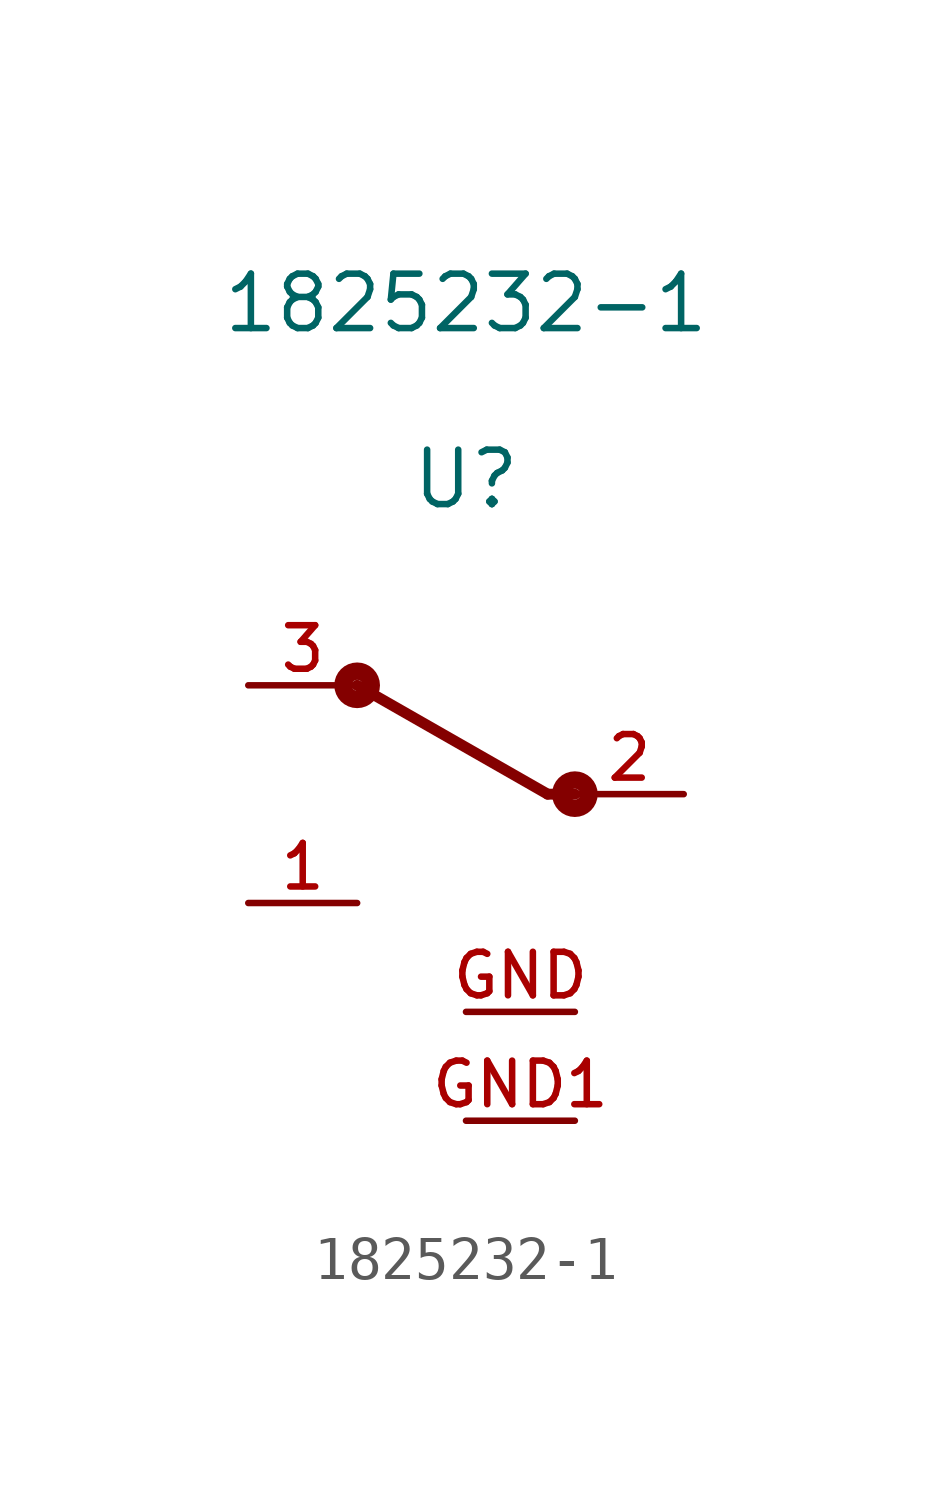
<source format=kicad_sym>
(kicad_symbol_lib
  (version 20211014)
  (generator kicad_symbol_editor)
  (symbol "1825232-1"
    (pin_names
      (offset 1.016))
    (property "Reference" "U"
      (at 0 1.525 0)
      (effects (font (size 1.27 1.27)) (justify bottom)))
    (property "Value" "1825232-1"
      (at 0 7.118 0)
      (effects (font (size 1.27 1.27)) (justify top)))
    (symbol "1825232-1_0_0"
      (circle (center -2.54 -2.54) (radius 0.127) (stroke (width 0.406) (type default) (color 0 0 0 0)) (fill (type none)))
      (polyline (pts (xy -2.54 -2.54) (xy 1.905 -5.08)) (stroke (width 0.254) (type default) (color 0 0 0 0)) (fill (type none)))
      (polyline (pts (xy 1.905 -5.08) (xy 2.54 -5.08)) (stroke (width 0.254) (type default) (color 0 0 0 0)) (fill (type none)))
      (circle (center 2.54 -5.08) (radius 0.127) (stroke (width 0.406) (type default) (color 0 0 0 0)) (fill (type none)))
      (pin passive line (at -5.08 -7.62 0) (length 2.54) (name "~" (effects (font (size 1.016 1.016)))) (number "1" (effects (font (size 1.016 1.016)))))
      (pin passive line (at 5.08 -5.08 180) (length 2.54) (name "~" (effects (font (size 1.016 1.016)))) (number "2" (effects (font (size 1.016 1.016)))))
      (pin passive line (at -5.08 -2.54 0) (length 2.54) (name "~" (effects (font (size 1.016 1.016)))) (number "3" (effects (font (size 1.016 1.016)))))
      (pin passive line (at 2.54 -10.16 180) (length 2.54) (name "~" (effects (font (size 1.016 1.016)))) (number "GND" (effects (font (size 1.016 1.016)))))
      (pin passive line (at 2.54 -12.7 180) (length 2.54) (name "~" (effects (font (size 1.016 1.016)))) (number "GND1" (effects (font (size 1.016 1.016))))))))
</source>
